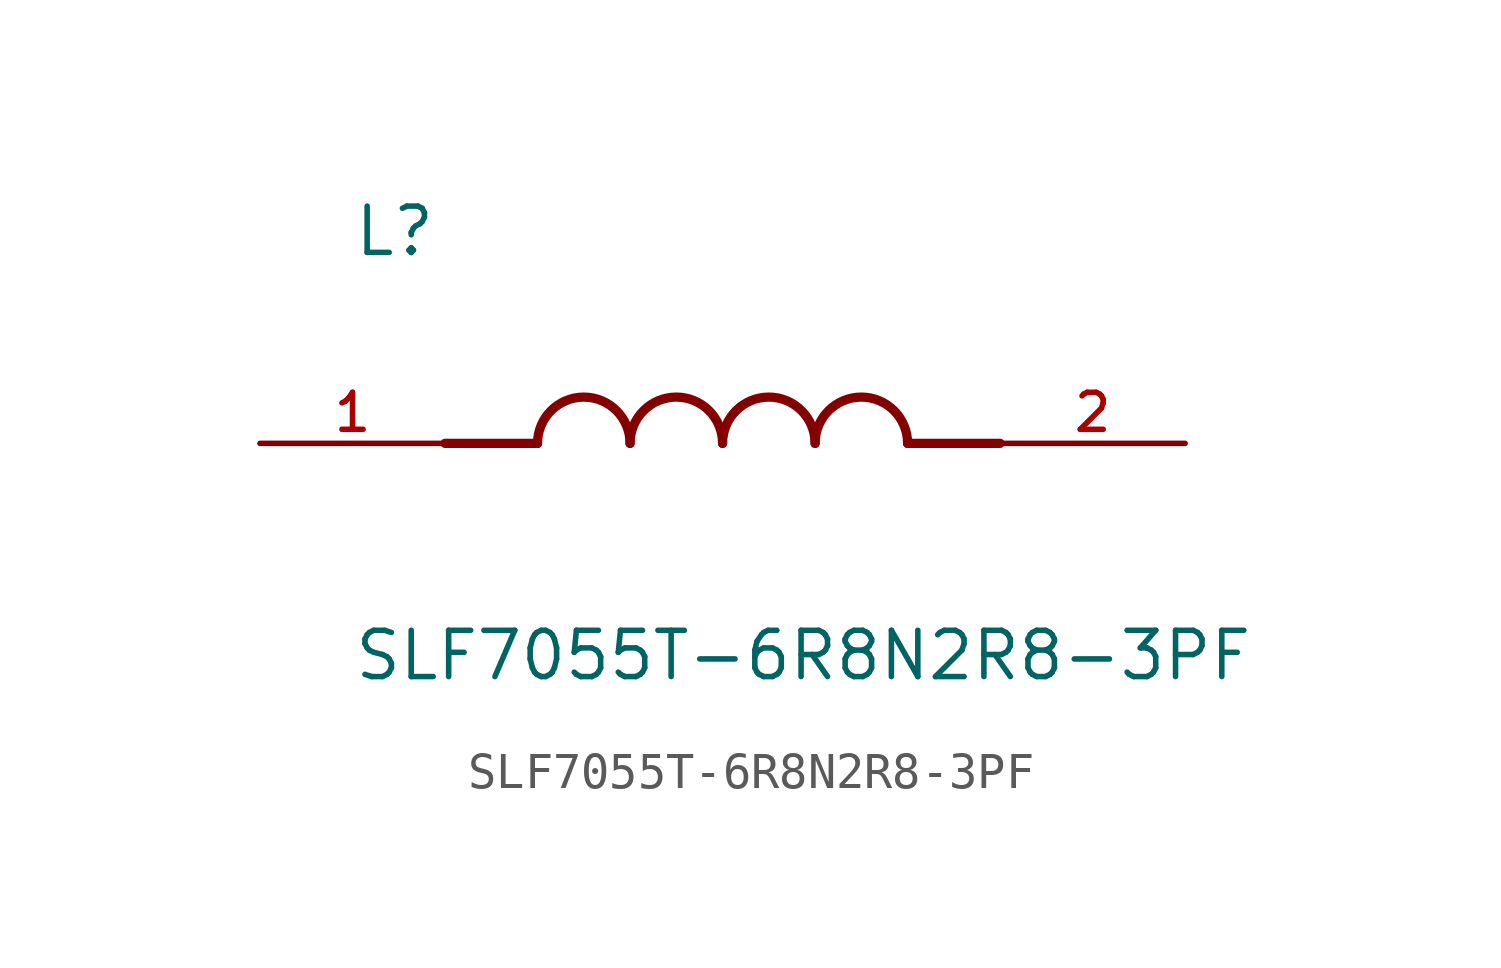
<source format=kicad_sym>
(kicad_symbol_lib
  (version 20211014)
  (generator kicad_symbol_editor)
  (symbol "SLF7055T-6R8N2R8-3PF"
    (pin_names
      (offset 1.016))
    (property "Reference" "L"
      (at -10.16 5.08 0)
      (effects (font (size 1.27 1.27)) (justify bottom left)))
    (property "Value" "SLF7055T-6R8N2R8-3PF"
      (at -10.16 -5.08 0)
      (effects (font (size 1.27 1.27)) (justify top left)))
    (symbol "SLF7055T-6R8N2R8-3PF_0_0"
      (polyline (pts (xy -5.08 0.0) (xy -7.62 0.0)) (stroke (width 0.254)))
      (polyline (pts (xy 5.08 0.0) (xy 7.62 0.0)) (stroke (width 0.254)))
      (arc (start -2.54 0.0) (mid -3.81 1.27) (end -5.08 0.0) (stroke (width 0.254) (type default) (color 0 0 0 0)) (fill (type none)))
      (arc (start 0.0 0.0) (mid -1.27 1.27) (end -2.54 0.0) (stroke (width 0.254) (type default) (color 0 0 0 0)) (fill (type none)))
      (arc (start 2.54 0.0) (mid 1.27 1.27) (end 0.0 0.0) (stroke (width 0.254) (type default) (color 0 0 0 0)) (fill (type none)))
      (arc (start 5.08 0.0) (mid 3.81 1.27) (end 2.54 0.0) (stroke (width 0.254) (type default) (color 0 0 0 0)) (fill (type none)))
      (pin passive line (at -12.7 0.0 0) (length 5.08) (name "~" (effects (font (size 1.016 1.016)))) (number "1" (effects (font (size 1.016 1.016)))))
      (pin passive line (at 12.7 0.0 180.0) (length 5.08) (name "~" (effects (font (size 1.016 1.016)))) (number "2" (effects (font (size 1.016 1.016))))))))
</source>
